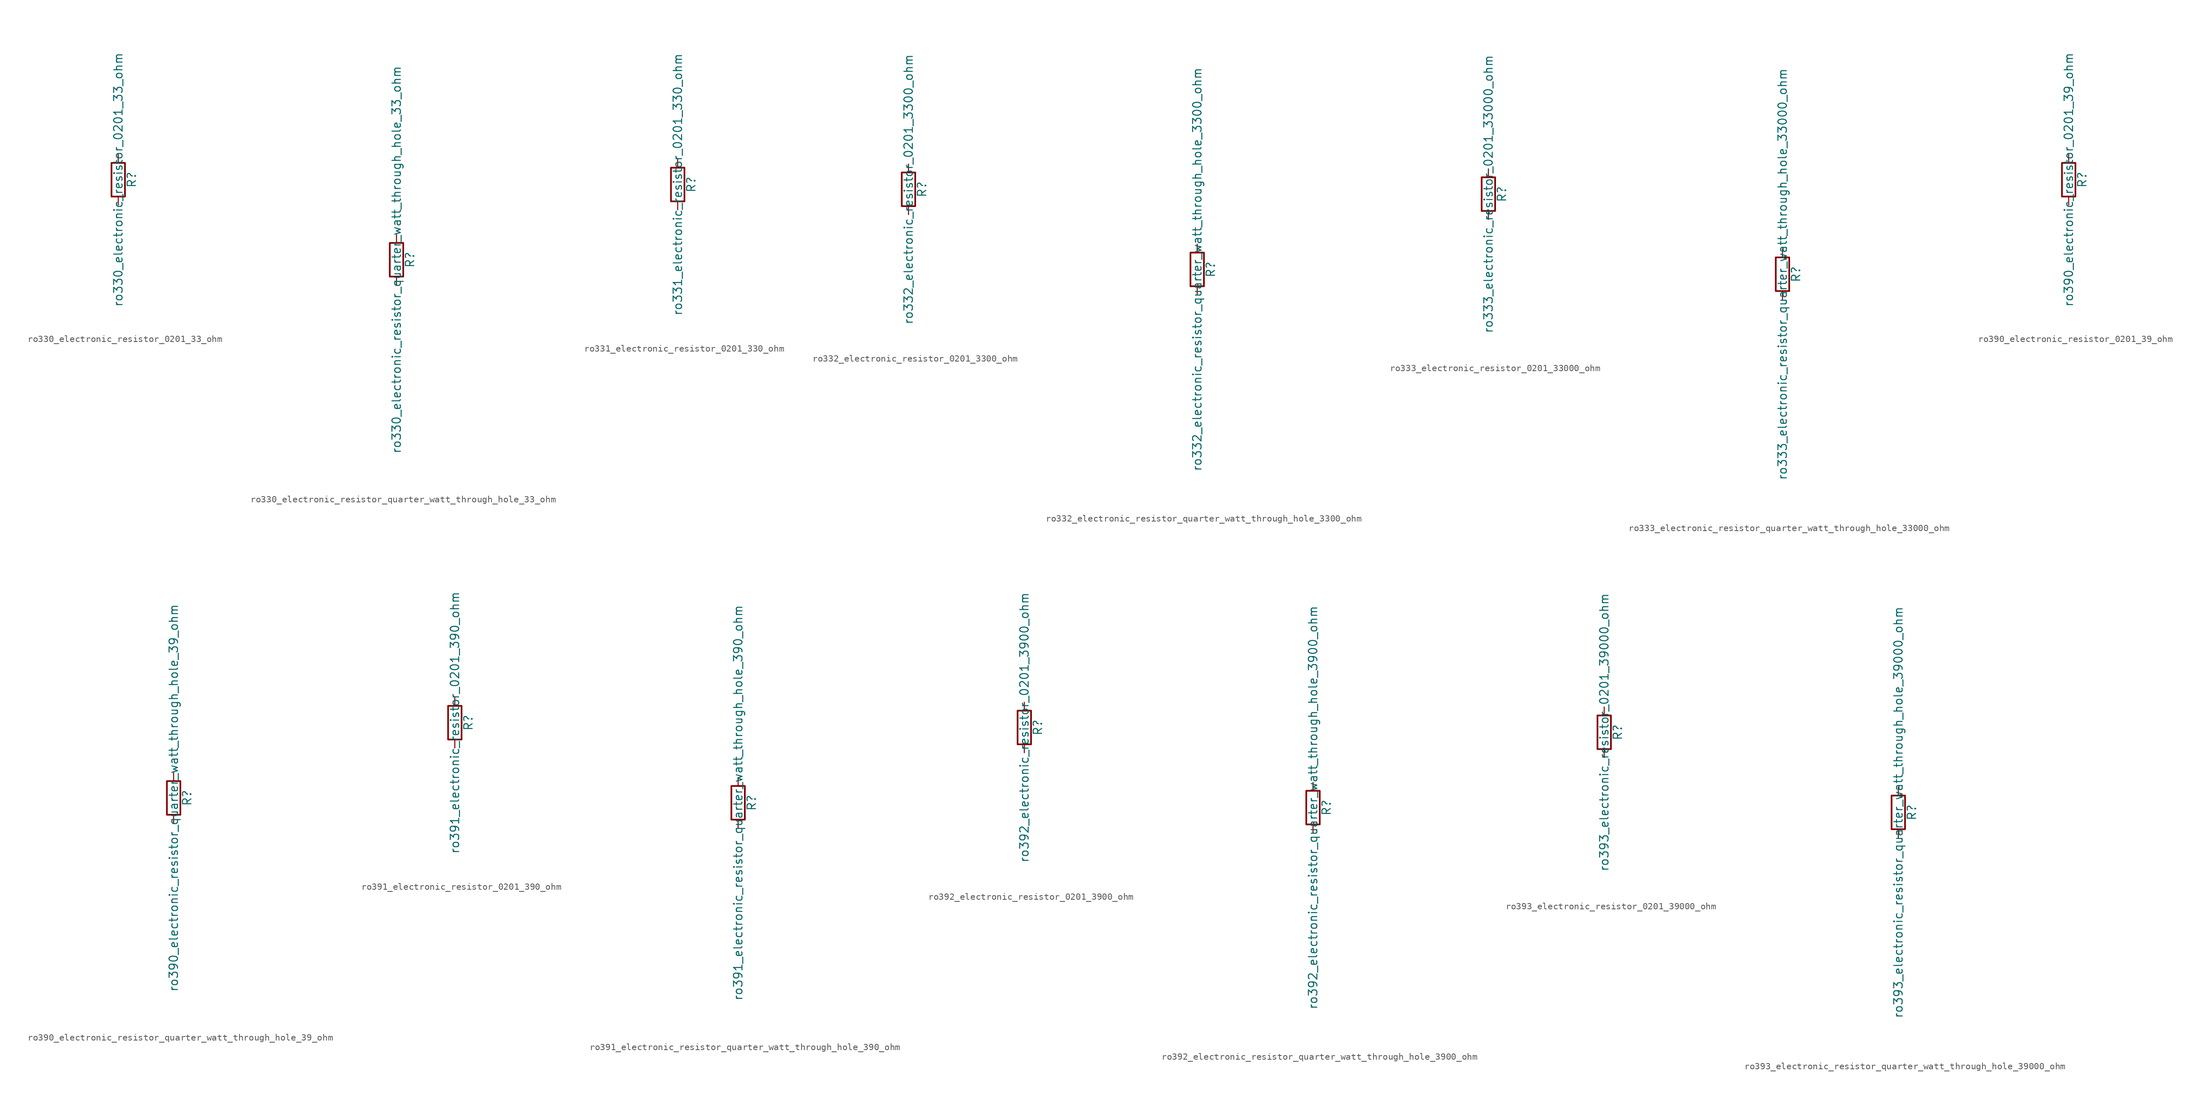
<source format=kicad_sym>
(kicad_symbol_lib
  (version 20220914)
  (generator kicad_symbol_editor)
  (symbol "ro330_electronic_resistor_0201_33_ohm"
    (pin_numbers hide)
    (pin_names
      (offset 0))
    (property "Reference" "R"
      (at 2.032 0 90)
      (effects (font (size 1.27 1.27))))
    (property "Value" "ro330_electronic_resistor_0201_33_ohm"
      (at 0 0 90)
      (effects (font (size 1.27 1.27))))
    (symbol "ro330_electronic_resistor_0201_33_ohm_0_1"
      (rectangle (start -1.016 -2.54) (end 1.016 2.54) (stroke (width 0.254) (type default)) (fill (type none))))
    (symbol "ro330_electronic_resistor_0201_33_ohm_1_1"
      (pin passive line (at 0 3.81 270) (length 1.27) (name "~" (effects (font (size 1.27 1.27)))) (number "1" (effects (font (size 1.27 1.27)))))
      (pin passive line (at 0 -3.81 90) (length 1.27) (name "~" (effects (font (size 1.27 1.27)))) (number "2" (effects (font (size 1.27 1.27)))))))
  (symbol "ro330_electronic_resistor_quarter_watt_through_hole_33_ohm"
    (pin_numbers hide)
    (pin_names
      (offset 0))
    (property "Reference" "R"
      (at 2.032 0 90)
      (effects (font (size 1.27 1.27))))
    (property "Value" "ro330_electronic_resistor_quarter_watt_through_hole_33_ohm"
      (at 0 0 90)
      (effects (font (size 1.27 1.27))))
    (symbol "ro330_electronic_resistor_quarter_watt_through_hole_33_ohm_0_1"
      (rectangle (start -1.016 -2.54) (end 1.016 2.54) (stroke (width 0.254) (type default)) (fill (type none))))
    (symbol "ro330_electronic_resistor_quarter_watt_through_hole_33_ohm_1_1"
      (pin passive line (at 0 3.81 270) (length 1.27) (name "~" (effects (font (size 1.27 1.27)))) (number "1" (effects (font (size 1.27 1.27)))))
      (pin passive line (at 0 -3.81 90) (length 1.27) (name "~" (effects (font (size 1.27 1.27)))) (number "2" (effects (font (size 1.27 1.27)))))))
  (symbol "ro331_electronic_resistor_0201_330_ohm"
    (pin_numbers hide)
    (pin_names
      (offset 0))
    (property "Reference" "R"
      (at 2.032 0 90)
      (effects (font (size 1.27 1.27))))
    (property "Value" "ro331_electronic_resistor_0201_330_ohm"
      (at 0 0 90)
      (effects (font (size 1.27 1.27))))
    (symbol "ro331_electronic_resistor_0201_330_ohm_0_1"
      (rectangle (start -1.016 -2.54) (end 1.016 2.54) (stroke (width 0.254) (type default)) (fill (type none))))
    (symbol "ro331_electronic_resistor_0201_330_ohm_1_1"
      (pin passive line (at 0 3.81 270) (length 1.27) (name "~" (effects (font (size 1.27 1.27)))) (number "1" (effects (font (size 1.27 1.27)))))
      (pin passive line (at 0 -3.81 90) (length 1.27) (name "~" (effects (font (size 1.27 1.27)))) (number "2" (effects (font (size 1.27 1.27)))))))
  (symbol "ro332_electronic_resistor_0201_3300_ohm"
    (pin_numbers hide)
    (pin_names
      (offset 0))
    (property "Reference" "R"
      (at 2.032 0 90)
      (effects (font (size 1.27 1.27))))
    (property "Value" "ro332_electronic_resistor_0201_3300_ohm"
      (at 0 0 90)
      (effects (font (size 1.27 1.27))))
    (symbol "ro332_electronic_resistor_0201_3300_ohm_0_1"
      (rectangle (start -1.016 -2.54) (end 1.016 2.54) (stroke (width 0.254) (type default)) (fill (type none))))
    (symbol "ro332_electronic_resistor_0201_3300_ohm_1_1"
      (pin passive line (at 0 3.81 270) (length 1.27) (name "~" (effects (font (size 1.27 1.27)))) (number "1" (effects (font (size 1.27 1.27)))))
      (pin passive line (at 0 -3.81 90) (length 1.27) (name "~" (effects (font (size 1.27 1.27)))) (number "2" (effects (font (size 1.27 1.27)))))))
  (symbol "ro332_electronic_resistor_quarter_watt_through_hole_3300_ohm"
    (pin_numbers hide)
    (pin_names
      (offset 0))
    (property "Reference" "R"
      (at 2.032 0 90)
      (effects (font (size 1.27 1.27))))
    (property "Value" "ro332_electronic_resistor_quarter_watt_through_hole_3300_ohm"
      (at 0 0 90)
      (effects (font (size 1.27 1.27))))
    (symbol "ro332_electronic_resistor_quarter_watt_through_hole_3300_ohm_0_1"
      (rectangle (start -1.016 -2.54) (end 1.016 2.54) (stroke (width 0.254) (type default)) (fill (type none))))
    (symbol "ro332_electronic_resistor_quarter_watt_through_hole_3300_ohm_1_1"
      (pin passive line (at 0 3.81 270) (length 1.27) (name "~" (effects (font (size 1.27 1.27)))) (number "1" (effects (font (size 1.27 1.27)))))
      (pin passive line (at 0 -3.81 90) (length 1.27) (name "~" (effects (font (size 1.27 1.27)))) (number "2" (effects (font (size 1.27 1.27)))))))
  (symbol "ro333_electronic_resistor_0201_33000_ohm"
    (pin_numbers hide)
    (pin_names
      (offset 0))
    (property "Reference" "R"
      (at 2.032 0 90)
      (effects (font (size 1.27 1.27))))
    (property "Value" "ro333_electronic_resistor_0201_33000_ohm"
      (at 0 0 90)
      (effects (font (size 1.27 1.27))))
    (symbol "ro333_electronic_resistor_0201_33000_ohm_0_1"
      (rectangle (start -1.016 -2.54) (end 1.016 2.54) (stroke (width 0.254) (type default)) (fill (type none))))
    (symbol "ro333_electronic_resistor_0201_33000_ohm_1_1"
      (pin passive line (at 0 3.81 270) (length 1.27) (name "~" (effects (font (size 1.27 1.27)))) (number "1" (effects (font (size 1.27 1.27)))))
      (pin passive line (at 0 -3.81 90) (length 1.27) (name "~" (effects (font (size 1.27 1.27)))) (number "2" (effects (font (size 1.27 1.27)))))))
  (symbol "ro333_electronic_resistor_quarter_watt_through_hole_33000_ohm"
    (pin_numbers hide)
    (pin_names
      (offset 0))
    (property "Reference" "R"
      (at 2.032 0 90)
      (effects (font (size 1.27 1.27))))
    (property "Value" "ro333_electronic_resistor_quarter_watt_through_hole_33000_ohm"
      (at 0 0 90)
      (effects (font (size 1.27 1.27))))
    (symbol "ro333_electronic_resistor_quarter_watt_through_hole_33000_ohm_0_1"
      (rectangle (start -1.016 -2.54) (end 1.016 2.54) (stroke (width 0.254) (type default)) (fill (type none))))
    (symbol "ro333_electronic_resistor_quarter_watt_through_hole_33000_ohm_1_1"
      (pin passive line (at 0 3.81 270) (length 1.27) (name "~" (effects (font (size 1.27 1.27)))) (number "1" (effects (font (size 1.27 1.27)))))
      (pin passive line (at 0 -3.81 90) (length 1.27) (name "~" (effects (font (size 1.27 1.27)))) (number "2" (effects (font (size 1.27 1.27)))))))
  (symbol "ro390_electronic_resistor_0201_39_ohm"
    (pin_numbers hide)
    (pin_names
      (offset 0))
    (property "Reference" "R"
      (at 2.032 0 90)
      (effects (font (size 1.27 1.27))))
    (property "Value" "ro390_electronic_resistor_0201_39_ohm"
      (at 0 0 90)
      (effects (font (size 1.27 1.27))))
    (symbol "ro390_electronic_resistor_0201_39_ohm_0_1"
      (rectangle (start -1.016 -2.54) (end 1.016 2.54) (stroke (width 0.254) (type default)) (fill (type none))))
    (symbol "ro390_electronic_resistor_0201_39_ohm_1_1"
      (pin passive line (at 0 3.81 270) (length 1.27) (name "~" (effects (font (size 1.27 1.27)))) (number "1" (effects (font (size 1.27 1.27)))))
      (pin passive line (at 0 -3.81 90) (length 1.27) (name "~" (effects (font (size 1.27 1.27)))) (number "2" (effects (font (size 1.27 1.27)))))))
  (symbol "ro390_electronic_resistor_quarter_watt_through_hole_39_ohm"
    (pin_numbers hide)
    (pin_names
      (offset 0))
    (property "Reference" "R"
      (at 2.032 0 90)
      (effects (font (size 1.27 1.27))))
    (property "Value" "ro390_electronic_resistor_quarter_watt_through_hole_39_ohm"
      (at 0 0 90)
      (effects (font (size 1.27 1.27))))
    (symbol "ro390_electronic_resistor_quarter_watt_through_hole_39_ohm_0_1"
      (rectangle (start -1.016 -2.54) (end 1.016 2.54) (stroke (width 0.254) (type default)) (fill (type none))))
    (symbol "ro390_electronic_resistor_quarter_watt_through_hole_39_ohm_1_1"
      (pin passive line (at 0 3.81 270) (length 1.27) (name "~" (effects (font (size 1.27 1.27)))) (number "1" (effects (font (size 1.27 1.27)))))
      (pin passive line (at 0 -3.81 90) (length 1.27) (name "~" (effects (font (size 1.27 1.27)))) (number "2" (effects (font (size 1.27 1.27)))))))
  (symbol "ro391_electronic_resistor_0201_390_ohm"
    (pin_numbers hide)
    (pin_names
      (offset 0))
    (property "Reference" "R"
      (at 2.032 0 90)
      (effects (font (size 1.27 1.27))))
    (property "Value" "ro391_electronic_resistor_0201_390_ohm"
      (at 0 0 90)
      (effects (font (size 1.27 1.27))))
    (symbol "ro391_electronic_resistor_0201_390_ohm_0_1"
      (rectangle (start -1.016 -2.54) (end 1.016 2.54) (stroke (width 0.254) (type default)) (fill (type none))))
    (symbol "ro391_electronic_resistor_0201_390_ohm_1_1"
      (pin passive line (at 0 3.81 270) (length 1.27) (name "~" (effects (font (size 1.27 1.27)))) (number "1" (effects (font (size 1.27 1.27)))))
      (pin passive line (at 0 -3.81 90) (length 1.27) (name "~" (effects (font (size 1.27 1.27)))) (number "2" (effects (font (size 1.27 1.27)))))))
  (symbol "ro391_electronic_resistor_quarter_watt_through_hole_390_ohm"
    (pin_numbers hide)
    (pin_names
      (offset 0))
    (property "Reference" "R"
      (at 2.032 0 90)
      (effects (font (size 1.27 1.27))))
    (property "Value" "ro391_electronic_resistor_quarter_watt_through_hole_390_ohm"
      (at 0 0 90)
      (effects (font (size 1.27 1.27))))
    (symbol "ro391_electronic_resistor_quarter_watt_through_hole_390_ohm_0_1"
      (rectangle (start -1.016 -2.54) (end 1.016 2.54) (stroke (width 0.254) (type default)) (fill (type none))))
    (symbol "ro391_electronic_resistor_quarter_watt_through_hole_390_ohm_1_1"
      (pin passive line (at 0 3.81 270) (length 1.27) (name "~" (effects (font (size 1.27 1.27)))) (number "1" (effects (font (size 1.27 1.27)))))
      (pin passive line (at 0 -3.81 90) (length 1.27) (name "~" (effects (font (size 1.27 1.27)))) (number "2" (effects (font (size 1.27 1.27)))))))
  (symbol "ro392_electronic_resistor_0201_3900_ohm"
    (pin_numbers hide)
    (pin_names
      (offset 0))
    (property "Reference" "R"
      (at 2.032 0 90)
      (effects (font (size 1.27 1.27))))
    (property "Value" "ro392_electronic_resistor_0201_3900_ohm"
      (at 0 0 90)
      (effects (font (size 1.27 1.27))))
    (symbol "ro392_electronic_resistor_0201_3900_ohm_0_1"
      (rectangle (start -1.016 -2.54) (end 1.016 2.54) (stroke (width 0.254) (type default)) (fill (type none))))
    (symbol "ro392_electronic_resistor_0201_3900_ohm_1_1"
      (pin passive line (at 0 3.81 270) (length 1.27) (name "~" (effects (font (size 1.27 1.27)))) (number "1" (effects (font (size 1.27 1.27)))))
      (pin passive line (at 0 -3.81 90) (length 1.27) (name "~" (effects (font (size 1.27 1.27)))) (number "2" (effects (font (size 1.27 1.27)))))))
  (symbol "ro392_electronic_resistor_quarter_watt_through_hole_3900_ohm"
    (pin_numbers hide)
    (pin_names
      (offset 0))
    (property "Reference" "R"
      (at 2.032 0 90)
      (effects (font (size 1.27 1.27))))
    (property "Value" "ro392_electronic_resistor_quarter_watt_through_hole_3900_ohm"
      (at 0 0 90)
      (effects (font (size 1.27 1.27))))
    (symbol "ro392_electronic_resistor_quarter_watt_through_hole_3900_ohm_0_1"
      (rectangle (start -1.016 -2.54) (end 1.016 2.54) (stroke (width 0.254) (type default)) (fill (type none))))
    (symbol "ro392_electronic_resistor_quarter_watt_through_hole_3900_ohm_1_1"
      (pin passive line (at 0 3.81 270) (length 1.27) (name "~" (effects (font (size 1.27 1.27)))) (number "1" (effects (font (size 1.27 1.27)))))
      (pin passive line (at 0 -3.81 90) (length 1.27) (name "~" (effects (font (size 1.27 1.27)))) (number "2" (effects (font (size 1.27 1.27)))))))
  (symbol "ro393_electronic_resistor_0201_39000_ohm"
    (pin_numbers hide)
    (pin_names
      (offset 0))
    (property "Reference" "R"
      (at 2.032 0 90)
      (effects (font (size 1.27 1.27))))
    (property "Value" "ro393_electronic_resistor_0201_39000_ohm"
      (at 0 0 90)
      (effects (font (size 1.27 1.27))))
    (symbol "ro393_electronic_resistor_0201_39000_ohm_0_1"
      (rectangle (start -1.016 -2.54) (end 1.016 2.54) (stroke (width 0.254) (type default)) (fill (type none))))
    (symbol "ro393_electronic_resistor_0201_39000_ohm_1_1"
      (pin passive line (at 0 3.81 270) (length 1.27) (name "~" (effects (font (size 1.27 1.27)))) (number "1" (effects (font (size 1.27 1.27)))))
      (pin passive line (at 0 -3.81 90) (length 1.27) (name "~" (effects (font (size 1.27 1.27)))) (number "2" (effects (font (size 1.27 1.27)))))))
  (symbol "ro393_electronic_resistor_quarter_watt_through_hole_39000_ohm"
    (pin_numbers hide)
    (pin_names
      (offset 0))
    (property "Reference" "R"
      (at 2.032 0 90)
      (effects (font (size 1.27 1.27))))
    (property "Value" "ro393_electronic_resistor_quarter_watt_through_hole_39000_ohm"
      (at 0 0 90)
      (effects (font (size 1.27 1.27))))
    (symbol "ro393_electronic_resistor_quarter_watt_through_hole_39000_ohm_0_1"
      (rectangle (start -1.016 -2.54) (end 1.016 2.54) (stroke (width 0.254) (type default)) (fill (type none))))
    (symbol "ro393_electronic_resistor_quarter_watt_through_hole_39000_ohm_1_1"
      (pin passive line (at 0 3.81 270) (length 1.27) (name "~" (effects (font (size 1.27 1.27)))) (number "1" (effects (font (size 1.27 1.27)))))
      (pin passive line (at 0 -3.81 90) (length 1.27) (name "~" (effects (font (size 1.27 1.27)))) (number "2" (effects (font (size 1.27 1.27))))))))
</source>
